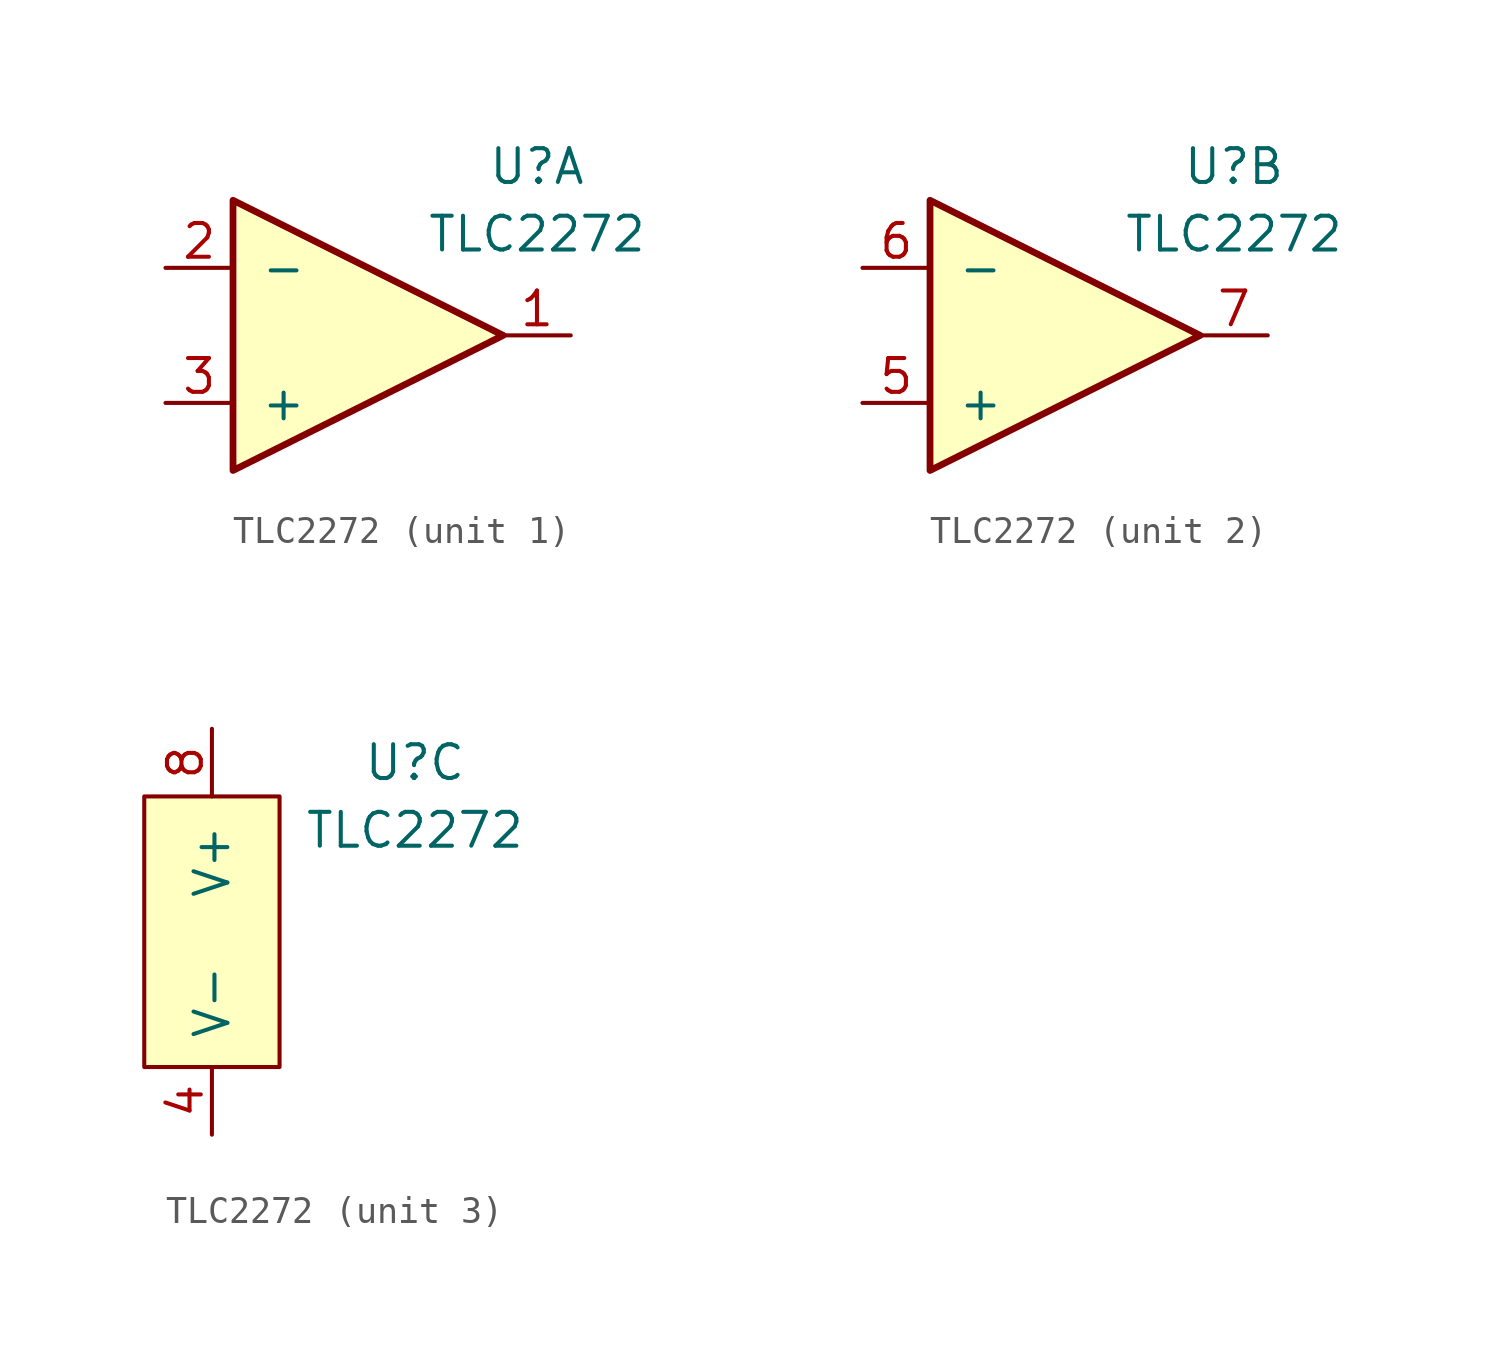
<source format=kicad_sym>
(kicad_symbol_lib
  (version 20211014)
  (generator kicad_symbol_editor)
  (symbol "TLC2272"
    (pin_names
      (offset 1.016))
    (property "Reference" "U"
      (at 7.62 6.35 0)
      (effects (font (size 1.27 1.27))))
    (property "Value" "TLC2272"
      (at 7.62 3.81 0)
      (effects (font (size 1.27 1.27))))
    (symbol "TLC2272_1_1"
      (polyline (pts (xy -3.81 5.08) (xy 6.35 0) (xy -3.81 -5.08) (xy -3.81 5.08)) (stroke (width 0.254) (type default) (color 0 0 0 0)) (fill (type background)))
      (pin output line (at 8.89 0 180) (length 2.54) (name "~" (effects (font (size 1.27 1.27)))) (number "1" (effects (font (size 1.27 1.27)))))
      (pin input line (at -6.35 2.54 0) (length 2.54) (name "-" (effects (font (size 1.27 1.27)))) (number "2" (effects (font (size 1.27 1.27)))))
      (pin input line (at -6.35 -2.54 0) (length 2.54) (name "+" (effects (font (size 1.27 1.27)))) (number "3" (effects (font (size 1.27 1.27))))))
    (symbol "TLC2272_2_1"
      (polyline (pts (xy -3.81 5.08) (xy 6.35 0) (xy -3.81 -5.08) (xy -3.81 5.08)) (stroke (width 0.254) (type default) (color 0 0 0 0)) (fill (type background)))
      (pin input line (at -6.35 -2.54 0) (length 2.54) (name "+" (effects (font (size 1.27 1.27)))) (number "5" (effects (font (size 1.27 1.27)))))
      (pin input line (at -6.35 2.54 0) (length 2.54) (name "-" (effects (font (size 1.27 1.27)))) (number "6" (effects (font (size 1.27 1.27)))))
      (pin output line (at 8.89 0 180) (length 2.54) (name "~" (effects (font (size 1.27 1.27)))) (number "7" (effects (font (size 1.27 1.27))))))
    (symbol "TLC2272_3_1"
      (rectangle (start -2.54 5.08) (end 2.54 -5.08) (stroke (width 0) (type default) (color 0 0 0 0)) (fill (type background)))
      (pin passive line (at 0 -7.62 90) (length 2.54) (name "V-" (effects (font (size 1.27 1.27)))) (number "4" (effects (font (size 1.27 1.27)))))
      (pin passive line (at 0 7.62 270) (length 2.54) (name "V+" (effects (font (size 1.27 1.27)))) (number "8" (effects (font (size 1.27 1.27))))))))
</source>
